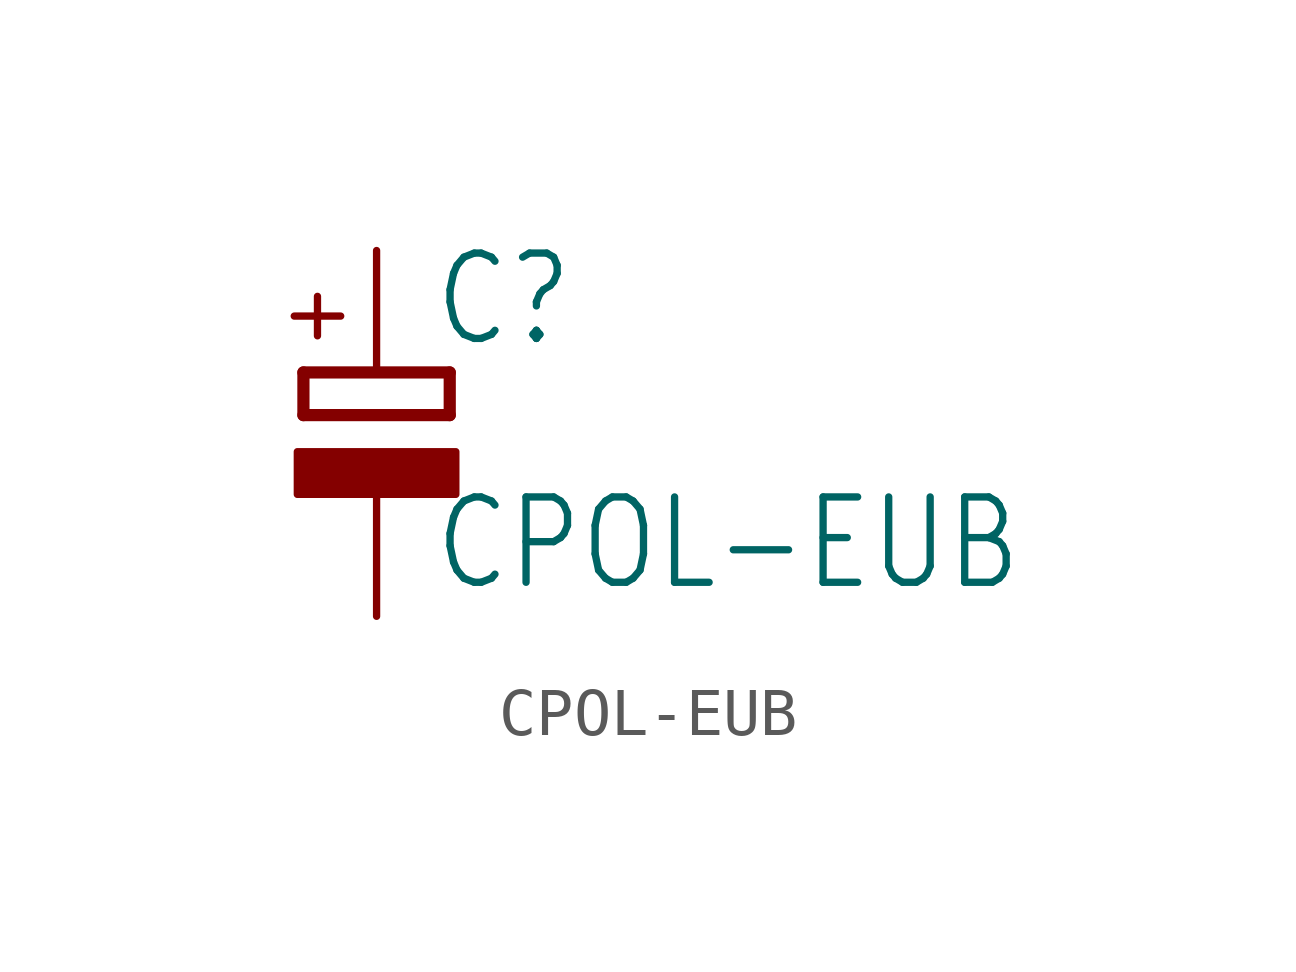
<source format=kicad_sym>
(kicad_symbol_lib
  (version 20220331)
  (generator kicad_symbol_editor)
  (symbol "CPOL-EUB"
    (property "Reference" "C"
      (at 1.143 0.483 0)
      (effects (font (size 1.778 1.511)) (justify left bottom)))
    (property "Value" "CPOL-EUB"
      (at 1.143 -4.597 0)
      (effects (font (size 1.778 1.511)) (justify left bottom)))
    (property "ki_locked" ""
      (at 0 0 0)
      (effects (font (size 1.27 1.27))))
    (symbol "CPOL-EUB_1_0"
      (rectangle (start -1.651 -2.54) (end 1.651 -1.651) (stroke (width 0) (type default)) (fill (type outline)))
      (polyline (pts (xy -1.524 -0.889) (xy 1.524 -0.889)) (stroke (width 0.254) (type solid)) (fill (type none)))
      (polyline (pts (xy -1.524 0) (xy -1.524 -0.889)) (stroke (width 0.254) (type solid)) (fill (type none)))
      (polyline (pts (xy -1.524 0) (xy 1.524 0)) (stroke (width 0.254) (type solid)) (fill (type none)))
      (polyline (pts (xy 1.524 -0.889) (xy 1.524 0)) (stroke (width 0.254) (type solid)) (fill (type none)))
      (text "+" (at -0.584 0.406 900) (effects (font (size 1.27 1.079)) (justify left bottom)))
      (pin passive line (at 0 2.54 270) (length 2.54) (name "+" (effects (font (size 0 0)))) (number "+" (effects (font (size 0 0)))))
      (pin passive line (at 0 -5.08 90) (length 2.54) (name "-" (effects (font (size 0 0)))) (number "-" (effects (font (size 0 0))))))))
</source>
